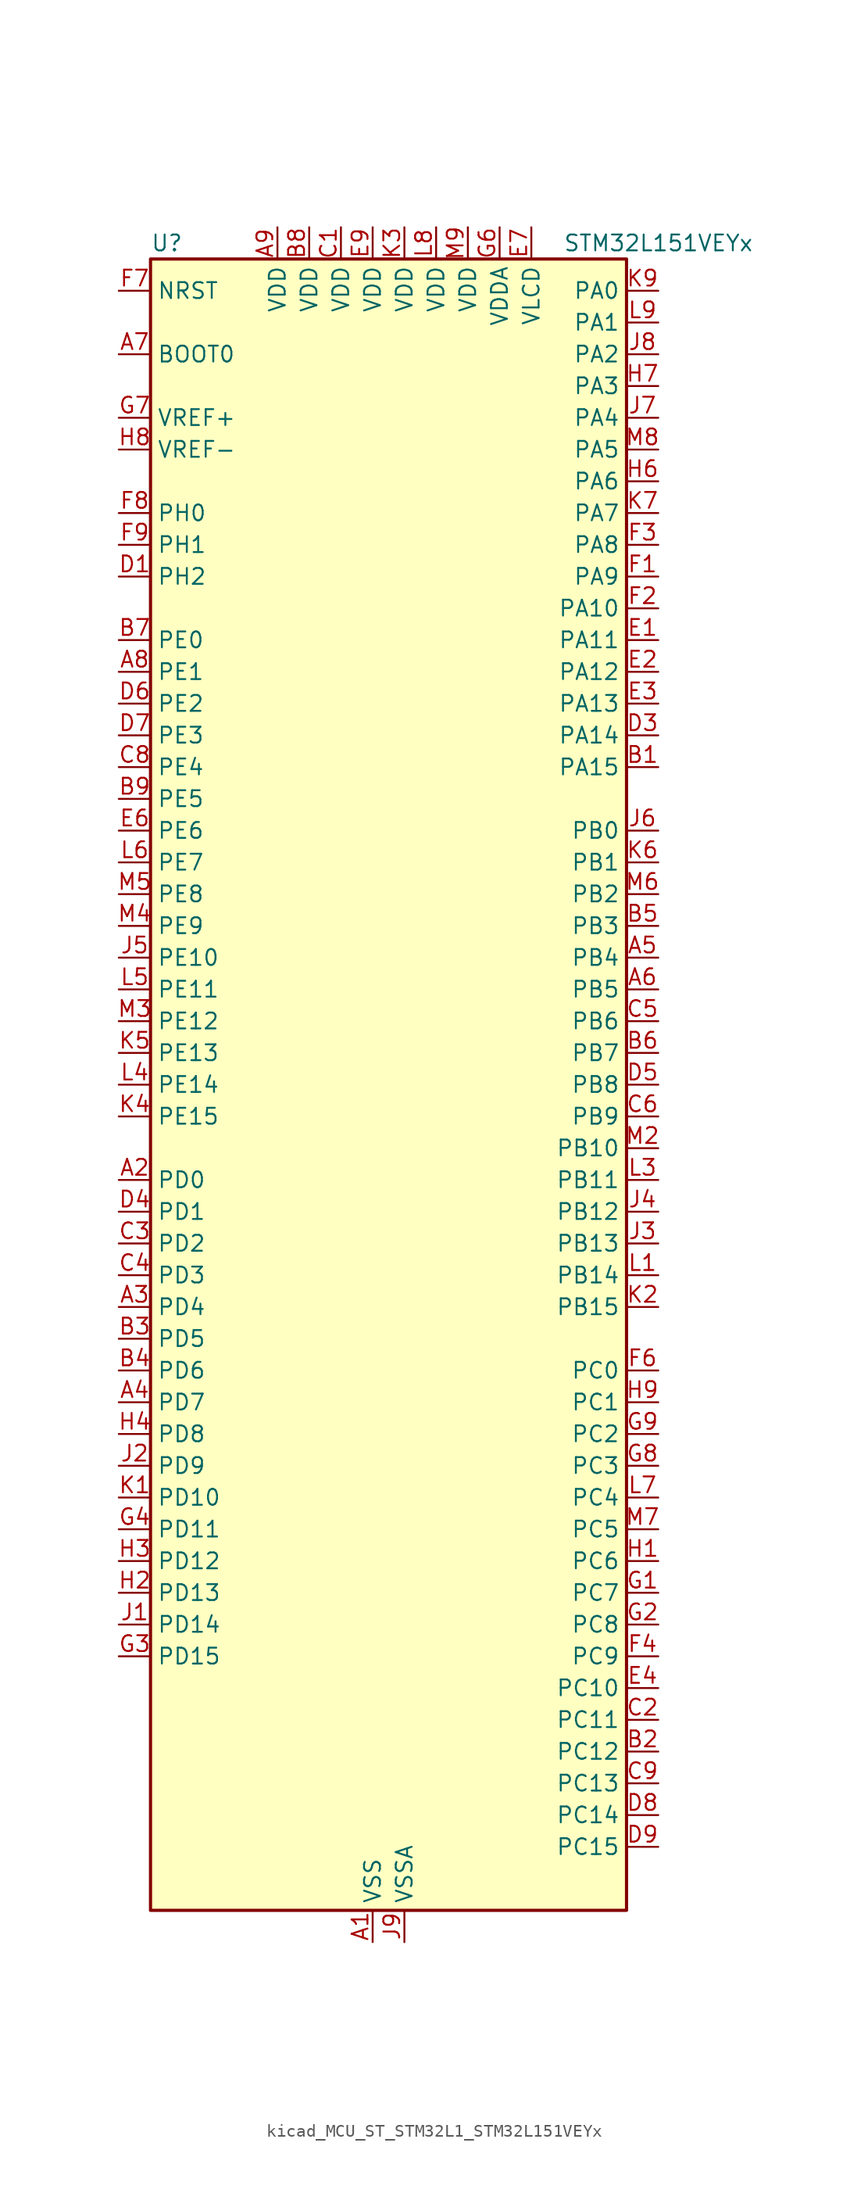
<source format=kicad_sym>
(kicad_symbol_lib
  (version 20220914)
  (generator kicad_symbol_editor)
  (symbol "kicad_MCU_ST_STM32L1_STM32L151VEYx"
    (property "Reference" "U"
      (at -17.78 67.31 0)
      (effects (font (size 1.27 1.27)) (justify left)))
    (property "Value" "STM32L151VEYx"
      (at 15.24 67.31 0)
      (effects (font (size 1.27 1.27)) (justify left)))
    (property "ki_locked" ""
      (at 0 0 0)
      (effects (font (size 1.27 1.27))))
    (symbol "kicad_MCU_ST_STM32L1_STM32L151VEYx_0_1"
      (rectangle (start -17.78 -66.04) (end 20.32 66.04) (stroke (width 0.254) (type default)) (fill (type background))))
    (symbol "kicad_MCU_ST_STM32L1_STM32L151VEYx_1_1"
      (pin power_in line (at 0 -68.58 90) (length 2.54) (name "VSS" (effects (font (size 1.27 1.27)))) (number "A1" (effects (font (size 1.27 1.27)))))
      (pin bidirectional line (at -20.32 -7.62 0) (length 2.54) (name "PD0" (effects (font (size 1.27 1.27)))) (number "A2" (effects (font (size 1.27 1.27)))) (alternate "I2S2_WS" bidirectional line) (alternate "SPI2_NSS" bidirectional line) (alternate "TIM9_CH1" bidirectional line) (alternate "TIMX_IC1" bidirectional line))
      (pin bidirectional line (at -20.32 -17.78 0) (length 2.54) (name "PD4" (effects (font (size 1.27 1.27)))) (number "A3" (effects (font (size 1.27 1.27)))) (alternate "I2S2_SD" bidirectional line) (alternate "SPI2_MOSI" bidirectional line) (alternate "TIMX_IC1" bidirectional line) (alternate "USART2_RTS" bidirectional line))
      (pin bidirectional line (at -20.32 -25.4 0) (length 2.54) (name "PD7" (effects (font (size 1.27 1.27)))) (number "A4" (effects (font (size 1.27 1.27)))) (alternate "TIM9_CH2" bidirectional line) (alternate "TIMX_IC4" bidirectional line) (alternate "USART2_CK" bidirectional line))
      (pin bidirectional line (at 22.86 10.16 180) (length 2.54) (name "PB4" (effects (font (size 1.27 1.27)))) (number "A5" (effects (font (size 1.27 1.27)))) (alternate "COMP2_INP" bidirectional line) (alternate "SPI1_MISO" bidirectional line) (alternate "SPI3_MISO" bidirectional line) (alternate "SYS_JTRST" bidirectional line) (alternate "TIM3_CH1" bidirectional line) (alternate "TS_G6_IO1" bidirectional line))
      (pin bidirectional line (at 22.86 7.62 180) (length 2.54) (name "PB5" (effects (font (size 1.27 1.27)))) (number "A6" (effects (font (size 1.27 1.27)))) (alternate "COMP2_INP" bidirectional line) (alternate "I2C1_SMBA" bidirectional line) (alternate "I2S3_SD" bidirectional line) (alternate "SPI1_MOSI" bidirectional line) (alternate "SPI3_MOSI" bidirectional line) (alternate "TIM3_CH2" bidirectional line) (alternate "TS_G6_IO2" bidirectional line))
      (pin input line (at -20.32 58.42 0) (length 2.54) (name "BOOT0" (effects (font (size 1.27 1.27)))) (number "A7" (effects (font (size 1.27 1.27)))))
      (pin bidirectional line (at -20.32 33.02 0) (length 2.54) (name "PE1" (effects (font (size 1.27 1.27)))) (number "A8" (effects (font (size 1.27 1.27)))) (alternate "TIM11_CH1" bidirectional line) (alternate "TIMX_IC2" bidirectional line))
      (pin power_in line (at -7.62 68.58 270) (length 2.54) (name "VDD" (effects (font (size 1.27 1.27)))) (number "A9" (effects (font (size 1.27 1.27)))))
      (pin bidirectional line (at 22.86 25.4 180) (length 2.54) (name "PA15" (effects (font (size 1.27 1.27)))) (number "B1" (effects (font (size 1.27 1.27)))) (alternate "ADC_EXTI15" bidirectional line) (alternate "I2S3_WS" bidirectional line) (alternate "SPI1_NSS" bidirectional line) (alternate "SPI3_NSS" bidirectional line) (alternate "SYS_JTDI" bidirectional line) (alternate "TIM2_CH1" bidirectional line) (alternate "TIM2_ETR" bidirectional line) (alternate "TIMX_IC4" bidirectional line) (alternate "TS_G5_IO3" bidirectional line))
      (pin bidirectional line (at 22.86 -53.34 180) (length 2.54) (name "PC12" (effects (font (size 1.27 1.27)))) (number "B2" (effects (font (size 1.27 1.27)))) (alternate "I2S3_SD" bidirectional line) (alternate "SPI3_MOSI" bidirectional line) (alternate "TIMX_IC1" bidirectional line) (alternate "UART5_TX" bidirectional line) (alternate "USART3_CK" bidirectional line))
      (pin bidirectional line (at -20.32 -20.32 0) (length 2.54) (name "PD5" (effects (font (size 1.27 1.27)))) (number "B3" (effects (font (size 1.27 1.27)))) (alternate "TIMX_IC2" bidirectional line) (alternate "USART2_TX" bidirectional line))
      (pin bidirectional line (at -20.32 -22.86 0) (length 2.54) (name "PD6" (effects (font (size 1.27 1.27)))) (number "B4" (effects (font (size 1.27 1.27)))) (alternate "TIMX_IC3" bidirectional line) (alternate "USART2_RX" bidirectional line))
      (pin bidirectional line (at 22.86 12.7 180) (length 2.54) (name "PB3" (effects (font (size 1.27 1.27)))) (number "B5" (effects (font (size 1.27 1.27)))) (alternate "COMP2_INM" bidirectional line) (alternate "I2S3_CK" bidirectional line) (alternate "SPI1_SCK" bidirectional line) (alternate "SPI3_SCK" bidirectional line) (alternate "SYS_JTDO-TRACESWO" bidirectional line) (alternate "TIM2_CH2" bidirectional line))
      (pin bidirectional line (at 22.86 2.54 180) (length 2.54) (name "PB7" (effects (font (size 1.27 1.27)))) (number "B6" (effects (font (size 1.27 1.27)))) (alternate "COMP2_INP" bidirectional line) (alternate "I2C1_SDA" bidirectional line) (alternate "SYS_PVD_IN" bidirectional line) (alternate "TIM4_CH2" bidirectional line) (alternate "TS_G6_IO4" bidirectional line) (alternate "USART1_RX" bidirectional line))
      (pin bidirectional line (at -20.32 35.56 0) (length 2.54) (name "PE0" (effects (font (size 1.27 1.27)))) (number "B7" (effects (font (size 1.27 1.27)))) (alternate "TIM10_CH1" bidirectional line) (alternate "TIM4_ETR" bidirectional line) (alternate "TIMX_IC1" bidirectional line))
      (pin power_in line (at -5.08 68.58 270) (length 2.54) (name "VDD" (effects (font (size 1.27 1.27)))) (number "B8" (effects (font (size 1.27 1.27)))))
      (pin bidirectional line (at -20.32 22.86 0) (length 2.54) (name "PE5" (effects (font (size 1.27 1.27)))) (number "B9" (effects (font (size 1.27 1.27)))) (alternate "SYS_TRACED2" bidirectional line) (alternate "TIM9_CH1" bidirectional line) (alternate "TIMX_IC2" bidirectional line))
      (pin power_in line (at -2.54 68.58 270) (length 2.54) (name "VDD" (effects (font (size 1.27 1.27)))) (number "C1" (effects (font (size 1.27 1.27)))))
      (pin bidirectional line (at 22.86 -50.8 180) (length 2.54) (name "PC11" (effects (font (size 1.27 1.27)))) (number "C2" (effects (font (size 1.27 1.27)))) (alternate "ADC_EXTI11" bidirectional line) (alternate "SPI3_MISO" bidirectional line) (alternate "TIMX_IC4" bidirectional line) (alternate "UART4_RX" bidirectional line) (alternate "USART3_RX" bidirectional line))
      (pin bidirectional line (at -20.32 -12.7 0) (length 2.54) (name "PD2" (effects (font (size 1.27 1.27)))) (number "C3" (effects (font (size 1.27 1.27)))) (alternate "TIM3_ETR" bidirectional line) (alternate "TIMX_IC3" bidirectional line) (alternate "UART5_RX" bidirectional line))
      (pin bidirectional line (at -20.32 -15.24 0) (length 2.54) (name "PD3" (effects (font (size 1.27 1.27)))) (number "C4" (effects (font (size 1.27 1.27)))) (alternate "SPI2_MISO" bidirectional line) (alternate "TIMX_IC4" bidirectional line) (alternate "USART2_CTS" bidirectional line))
      (pin bidirectional line (at 22.86 5.08 180) (length 2.54) (name "PB6" (effects (font (size 1.27 1.27)))) (number "C5" (effects (font (size 1.27 1.27)))) (alternate "COMP2_INP" bidirectional line) (alternate "I2C1_SCL" bidirectional line) (alternate "TIM4_CH1" bidirectional line) (alternate "TS_G6_IO3" bidirectional line) (alternate "USART1_TX" bidirectional line))
      (pin bidirectional line (at 22.86 -2.54 180) (length 2.54) (name "PB9" (effects (font (size 1.27 1.27)))) (number "C6" (effects (font (size 1.27 1.27)))) (alternate "DAC_EXTI9" bidirectional line) (alternate "I2C1_SDA" bidirectional line) (alternate "TIM11_CH1" bidirectional line) (alternate "TIM4_CH4" bidirectional line))
      (pin passive line (at 0 -68.58 90) (length 2.54) hide (name "VSS" (effects (font (size 1.27 1.27)))) (number "C7" (effects (font (size 1.27 1.27)))))
      (pin bidirectional line (at -20.32 25.4 0) (length 2.54) (name "PE4" (effects (font (size 1.27 1.27)))) (number "C8" (effects (font (size 1.27 1.27)))) (alternate "SYS_TRACED1" bidirectional line) (alternate "TIM3_CH2" bidirectional line) (alternate "TIMX_IC1" bidirectional line))
      (pin bidirectional line (at 22.86 -55.88 180) (length 2.54) (name "PC13" (effects (font (size 1.27 1.27)))) (number "C9" (effects (font (size 1.27 1.27)))) (alternate "RTC_OUT_ALARM" bidirectional line) (alternate "RTC_OUT_CALIB" bidirectional line) (alternate "RTC_TAMP1" bidirectional line) (alternate "RTC_TS" bidirectional line) (alternate "SYS_WKUP2" bidirectional line) (alternate "TIMX_IC2" bidirectional line))
      (pin bidirectional line (at -20.32 40.64 0) (length 2.54) (name "PH2" (effects (font (size 1.27 1.27)))) (number "D1" (effects (font (size 1.27 1.27)))))
      (pin passive line (at 0 -68.58 90) (length 2.54) hide (name "VSS" (effects (font (size 1.27 1.27)))) (number "D2" (effects (font (size 1.27 1.27)))))
      (pin bidirectional line (at 22.86 27.94 180) (length 2.54) (name "PA14" (effects (font (size 1.27 1.27)))) (number "D3" (effects (font (size 1.27 1.27)))) (alternate "SYS_JTCK-SWCLK" bidirectional line) (alternate "TIMX_IC3" bidirectional line) (alternate "TS_G5_IO2" bidirectional line))
      (pin bidirectional line (at -20.32 -10.16 0) (length 2.54) (name "PD1" (effects (font (size 1.27 1.27)))) (number "D4" (effects (font (size 1.27 1.27)))) (alternate "I2S2_CK" bidirectional line) (alternate "SPI2_SCK" bidirectional line) (alternate "TIMX_IC2" bidirectional line))
      (pin bidirectional line (at 22.86 0 180) (length 2.54) (name "PB8" (effects (font (size 1.27 1.27)))) (number "D5" (effects (font (size 1.27 1.27)))) (alternate "I2C1_SCL" bidirectional line) (alternate "TIM10_CH1" bidirectional line) (alternate "TIM4_CH3" bidirectional line))
      (pin bidirectional line (at -20.32 30.48 0) (length 2.54) (name "PE2" (effects (font (size 1.27 1.27)))) (number "D6" (effects (font (size 1.27 1.27)))) (alternate "SYS_TRACECK" bidirectional line) (alternate "TIM3_ETR" bidirectional line) (alternate "TIMX_IC3" bidirectional line))
      (pin bidirectional line (at -20.32 27.94 0) (length 2.54) (name "PE3" (effects (font (size 1.27 1.27)))) (number "D7" (effects (font (size 1.27 1.27)))) (alternate "SYS_TRACED0" bidirectional line) (alternate "TIM3_CH1" bidirectional line) (alternate "TIMX_IC4" bidirectional line))
      (pin bidirectional line (at 22.86 -58.42 180) (length 2.54) (name "PC14" (effects (font (size 1.27 1.27)))) (number "D8" (effects (font (size 1.27 1.27)))) (alternate "RCC_OSC32_IN" bidirectional line) (alternate "TIMX_IC3" bidirectional line))
      (pin bidirectional line (at 22.86 -60.96 180) (length 2.54) (name "PC15" (effects (font (size 1.27 1.27)))) (number "D9" (effects (font (size 1.27 1.27)))) (alternate "ADC_EXTI15" bidirectional line) (alternate "RCC_OSC32_OUT" bidirectional line) (alternate "TIMX_IC4" bidirectional line))
      (pin bidirectional line (at 22.86 35.56 180) (length 2.54) (name "PA11" (effects (font (size 1.27 1.27)))) (number "E1" (effects (font (size 1.27 1.27)))) (alternate "ADC_EXTI11" bidirectional line) (alternate "SPI1_MISO" bidirectional line) (alternate "TIMX_IC4" bidirectional line) (alternate "USART1_CTS" bidirectional line) (alternate "USB_DM" bidirectional line))
      (pin bidirectional line (at 22.86 33.02 180) (length 2.54) (name "PA12" (effects (font (size 1.27 1.27)))) (number "E2" (effects (font (size 1.27 1.27)))) (alternate "SPI1_MOSI" bidirectional line) (alternate "TIMX_IC1" bidirectional line) (alternate "USART1_RTS" bidirectional line) (alternate "USB_DP" bidirectional line))
      (pin bidirectional line (at 22.86 30.48 180) (length 2.54) (name "PA13" (effects (font (size 1.27 1.27)))) (number "E3" (effects (font (size 1.27 1.27)))) (alternate "SYS_JTMS-SWDIO" bidirectional line) (alternate "TIMX_IC2" bidirectional line) (alternate "TS_G5_IO1" bidirectional line))
      (pin bidirectional line (at 22.86 -48.26 180) (length 2.54) (name "PC10" (effects (font (size 1.27 1.27)))) (number "E4" (effects (font (size 1.27 1.27)))) (alternate "I2S3_CK" bidirectional line) (alternate "SPI3_SCK" bidirectional line) (alternate "TIMX_IC3" bidirectional line) (alternate "UART4_TX" bidirectional line) (alternate "USART3_TX" bidirectional line))
      (pin bidirectional line (at -20.32 20.32 0) (length 2.54) (name "PE6" (effects (font (size 1.27 1.27)))) (number "E6" (effects (font (size 1.27 1.27)))) (alternate "RTC_TAMP3" bidirectional line) (alternate "SYS_TRACED3" bidirectional line) (alternate "SYS_WKUP3" bidirectional line) (alternate "TIM9_CH2" bidirectional line) (alternate "TIMX_IC3" bidirectional line))
      (pin power_in line (at 12.7 68.58 270) (length 2.54) (name "VLCD" (effects (font (size 1.27 1.27)))) (number "E7" (effects (font (size 1.27 1.27)))))
      (pin passive line (at 0 -68.58 90) (length 2.54) hide (name "VSS" (effects (font (size 1.27 1.27)))) (number "E8" (effects (font (size 1.27 1.27)))))
      (pin power_in line (at 0 68.58 270) (length 2.54) (name "VDD" (effects (font (size 1.27 1.27)))) (number "E9" (effects (font (size 1.27 1.27)))))
      (pin bidirectional line (at 22.86 40.64 180) (length 2.54) (name "PA9" (effects (font (size 1.27 1.27)))) (number "F1" (effects (font (size 1.27 1.27)))) (alternate "DAC_EXTI9" bidirectional line) (alternate "TIMX_IC2" bidirectional line) (alternate "TS_G4_IO2" bidirectional line) (alternate "USART1_TX" bidirectional line))
      (pin bidirectional line (at 22.86 38.1 180) (length 2.54) (name "PA10" (effects (font (size 1.27 1.27)))) (number "F2" (effects (font (size 1.27 1.27)))) (alternate "TIMX_IC3" bidirectional line) (alternate "TS_G4_IO3" bidirectional line) (alternate "USART1_RX" bidirectional line))
      (pin bidirectional line (at 22.86 43.18 180) (length 2.54) (name "PA8" (effects (font (size 1.27 1.27)))) (number "F3" (effects (font (size 1.27 1.27)))) (alternate "RCC_MCO" bidirectional line) (alternate "TIMX_IC1" bidirectional line) (alternate "TS_G4_IO1" bidirectional line) (alternate "USART1_CK" bidirectional line))
      (pin bidirectional line (at 22.86 -45.72 180) (length 2.54) (name "PC9" (effects (font (size 1.27 1.27)))) (number "F4" (effects (font (size 1.27 1.27)))) (alternate "DAC_EXTI9" bidirectional line) (alternate "TIM3_CH4" bidirectional line) (alternate "TIMX_IC2" bidirectional line) (alternate "TS_G10_IO4" bidirectional line))
      (pin bidirectional line (at 22.86 -22.86 180) (length 2.54) (name "PC0" (effects (font (size 1.27 1.27)))) (number "F6" (effects (font (size 1.27 1.27)))) (alternate "ADC_IN10" bidirectional line) (alternate "COMP1_INP" bidirectional line) (alternate "TIMX_IC1" bidirectional line) (alternate "TS_G8_IO1" bidirectional line))
      (pin input line (at -20.32 63.5 0) (length 2.54) (name "NRST" (effects (font (size 1.27 1.27)))) (number "F7" (effects (font (size 1.27 1.27)))))
      (pin bidirectional line (at -20.32 45.72 0) (length 2.54) (name "PH0" (effects (font (size 1.27 1.27)))) (number "F8" (effects (font (size 1.27 1.27)))) (alternate "RCC_OSC_IN" bidirectional line))
      (pin bidirectional line (at -20.32 43.18 0) (length 2.54) (name "PH1" (effects (font (size 1.27 1.27)))) (number "F9" (effects (font (size 1.27 1.27)))) (alternate "RCC_OSC_OUT" bidirectional line))
      (pin bidirectional line (at 22.86 -40.64 180) (length 2.54) (name "PC7" (effects (font (size 1.27 1.27)))) (number "G1" (effects (font (size 1.27 1.27)))) (alternate "I2S3_MCK" bidirectional line) (alternate "TIM3_CH2" bidirectional line) (alternate "TIMX_IC4" bidirectional line) (alternate "TS_G10_IO2" bidirectional line))
      (pin bidirectional line (at 22.86 -43.18 180) (length 2.54) (name "PC8" (effects (font (size 1.27 1.27)))) (number "G2" (effects (font (size 1.27 1.27)))) (alternate "TIM3_CH3" bidirectional line) (alternate "TIMX_IC1" bidirectional line) (alternate "TS_G10_IO3" bidirectional line))
      (pin bidirectional line (at -20.32 -45.72 0) (length 2.54) (name "PD15" (effects (font (size 1.27 1.27)))) (number "G3" (effects (font (size 1.27 1.27)))) (alternate "ADC_EXTI15" bidirectional line) (alternate "TIM4_CH4" bidirectional line) (alternate "TIMX_IC4" bidirectional line))
      (pin bidirectional line (at -20.32 -35.56 0) (length 2.54) (name "PD11" (effects (font (size 1.27 1.27)))) (number "G4" (effects (font (size 1.27 1.27)))) (alternate "ADC_EXTI11" bidirectional line) (alternate "TIMX_IC4" bidirectional line) (alternate "USART3_CTS" bidirectional line))
      (pin power_in line (at 10.16 68.58 270) (length 2.54) (name "VDDA" (effects (font (size 1.27 1.27)))) (number "G6" (effects (font (size 1.27 1.27)))))
      (pin input line (at -20.32 53.34 0) (length 2.54) (name "VREF+" (effects (font (size 1.27 1.27)))) (number "G7" (effects (font (size 1.27 1.27)))))
      (pin bidirectional line (at 22.86 -30.48 180) (length 2.54) (name "PC3" (effects (font (size 1.27 1.27)))) (number "G8" (effects (font (size 1.27 1.27)))) (alternate "ADC_IN13" bidirectional line) (alternate "COMP1_INP" bidirectional line) (alternate "TIMX_IC4" bidirectional line) (alternate "TS_G8_IO4" bidirectional line))
      (pin bidirectional line (at 22.86 -27.94 180) (length 2.54) (name "PC2" (effects (font (size 1.27 1.27)))) (number "G9" (effects (font (size 1.27 1.27)))) (alternate "ADC_IN12" bidirectional line) (alternate "COMP1_INP" bidirectional line) (alternate "TIMX_IC3" bidirectional line) (alternate "TS_G8_IO3" bidirectional line))
      (pin bidirectional line (at 22.86 -38.1 180) (length 2.54) (name "PC6" (effects (font (size 1.27 1.27)))) (number "H1" (effects (font (size 1.27 1.27)))) (alternate "I2S2_MCK" bidirectional line) (alternate "TIM3_CH1" bidirectional line) (alternate "TIMX_IC3" bidirectional line) (alternate "TS_G10_IO1" bidirectional line))
      (pin bidirectional line (at -20.32 -40.64 0) (length 2.54) (name "PD13" (effects (font (size 1.27 1.27)))) (number "H2" (effects (font (size 1.27 1.27)))) (alternate "TIM4_CH2" bidirectional line) (alternate "TIMX_IC2" bidirectional line))
      (pin bidirectional line (at -20.32 -38.1 0) (length 2.54) (name "PD12" (effects (font (size 1.27 1.27)))) (number "H3" (effects (font (size 1.27 1.27)))) (alternate "TIM4_CH1" bidirectional line) (alternate "TIMX_IC1" bidirectional line) (alternate "USART3_RTS" bidirectional line))
      (pin bidirectional line (at -20.32 -27.94 0) (length 2.54) (name "PD8" (effects (font (size 1.27 1.27)))) (number "H4" (effects (font (size 1.27 1.27)))) (alternate "TIMX_IC1" bidirectional line) (alternate "USART3_TX" bidirectional line))
      (pin bidirectional line (at 22.86 48.26 180) (length 2.54) (name "PA6" (effects (font (size 1.27 1.27)))) (number "H6" (effects (font (size 1.27 1.27)))) (alternate "ADC_IN6" bidirectional line) (alternate "COMP1_INP" bidirectional line) (alternate "OPAMP2_VINP" bidirectional line) (alternate "SPI1_MISO" bidirectional line) (alternate "TIM10_CH1" bidirectional line) (alternate "TIM3_CH1" bidirectional line) (alternate "TIMX_IC3" bidirectional line) (alternate "TS_G2_IO1" bidirectional line))
      (pin bidirectional line (at 22.86 55.88 180) (length 2.54) (name "PA3" (effects (font (size 1.27 1.27)))) (number "H7" (effects (font (size 1.27 1.27)))) (alternate "ADC_IN3" bidirectional line) (alternate "COMP1_INP" bidirectional line) (alternate "OPAMP1_VOUT" bidirectional line) (alternate "TIM2_CH4" bidirectional line) (alternate "TIM5_CH4" bidirectional line) (alternate "TIM9_CH2" bidirectional line) (alternate "TIMX_IC4" bidirectional line) (alternate "TS_G1_IO4" bidirectional line) (alternate "USART2_RX" bidirectional line))
      (pin input line (at -20.32 50.8 0) (length 2.54) (name "VREF-" (effects (font (size 1.27 1.27)))) (number "H8" (effects (font (size 1.27 1.27)))))
      (pin bidirectional line (at 22.86 -25.4 180) (length 2.54) (name "PC1" (effects (font (size 1.27 1.27)))) (number "H9" (effects (font (size 1.27 1.27)))) (alternate "ADC_IN11" bidirectional line) (alternate "COMP1_INP" bidirectional line) (alternate "TIMX_IC2" bidirectional line) (alternate "TS_G8_IO2" bidirectional line))
      (pin bidirectional line (at -20.32 -43.18 0) (length 2.54) (name "PD14" (effects (font (size 1.27 1.27)))) (number "J1" (effects (font (size 1.27 1.27)))) (alternate "TIM4_CH3" bidirectional line) (alternate "TIMX_IC3" bidirectional line))
      (pin bidirectional line (at -20.32 -30.48 0) (length 2.54) (name "PD9" (effects (font (size 1.27 1.27)))) (number "J2" (effects (font (size 1.27 1.27)))) (alternate "DAC_EXTI9" bidirectional line) (alternate "TIMX_IC2" bidirectional line) (alternate "USART3_RX" bidirectional line))
      (pin bidirectional line (at 22.86 -12.7 180) (length 2.54) (name "PB13" (effects (font (size 1.27 1.27)))) (number "J3" (effects (font (size 1.27 1.27)))) (alternate "ADC_IN19" bidirectional line) (alternate "COMP1_INP" bidirectional line) (alternate "I2S2_CK" bidirectional line) (alternate "SPI2_SCK" bidirectional line) (alternate "TIM9_CH1" bidirectional line) (alternate "TS_G7_IO2" bidirectional line) (alternate "USART3_CTS" bidirectional line))
      (pin bidirectional line (at 22.86 -10.16 180) (length 2.54) (name "PB12" (effects (font (size 1.27 1.27)))) (number "J4" (effects (font (size 1.27 1.27)))) (alternate "ADC_IN18" bidirectional line) (alternate "COMP1_INP" bidirectional line) (alternate "I2C2_SMBA" bidirectional line) (alternate "I2S2_WS" bidirectional line) (alternate "SPI2_NSS" bidirectional line) (alternate "TIM10_CH1" bidirectional line) (alternate "TS_G7_IO1" bidirectional line) (alternate "USART3_CK" bidirectional line))
      (pin bidirectional line (at -20.32 10.16 0) (length 2.54) (name "PE10" (effects (font (size 1.27 1.27)))) (number "J5" (effects (font (size 1.27 1.27)))) (alternate "ADC_IN25" bidirectional line) (alternate "COMP1_INP" bidirectional line) (alternate "TIM2_CH2" bidirectional line) (alternate "TIMX_IC3" bidirectional line))
      (pin bidirectional line (at 22.86 20.32 180) (length 2.54) (name "PB0" (effects (font (size 1.27 1.27)))) (number "J6" (effects (font (size 1.27 1.27)))) (alternate "ADC_IN8" bidirectional line) (alternate "COMP1_INP" bidirectional line) (alternate "OPAMP2_VOUT" bidirectional line) (alternate "SYS_V_REF_OUT" bidirectional line) (alternate "TIM3_CH3" bidirectional line) (alternate "TS_G3_IO1" bidirectional line))
      (pin bidirectional line (at 22.86 53.34 180) (length 2.54) (name "PA4" (effects (font (size 1.27 1.27)))) (number "J7" (effects (font (size 1.27 1.27)))) (alternate "ADC_IN4" bidirectional line) (alternate "COMP1_INP" bidirectional line) (alternate "DAC_OUT1" bidirectional line) (alternate "I2S3_WS" bidirectional line) (alternate "SPI1_NSS" bidirectional line) (alternate "SPI3_NSS" bidirectional line) (alternate "TIMX_IC1" bidirectional line) (alternate "USART2_CK" bidirectional line))
      (pin bidirectional line (at 22.86 58.42 180) (length 2.54) (name "PA2" (effects (font (size 1.27 1.27)))) (number "J8" (effects (font (size 1.27 1.27)))) (alternate "ADC_IN2" bidirectional line) (alternate "COMP1_INP" bidirectional line) (alternate "OPAMP1_VINM" bidirectional line) (alternate "TIM2_CH3" bidirectional line) (alternate "TIM5_CH3" bidirectional line) (alternate "TIM9_CH1" bidirectional line) (alternate "TIMX_IC3" bidirectional line) (alternate "TS_G1_IO3" bidirectional line) (alternate "USART2_TX" bidirectional line))
      (pin power_in line (at 2.54 -68.58 90) (length 2.54) (name "VSSA" (effects (font (size 1.27 1.27)))) (number "J9" (effects (font (size 1.27 1.27)))))
      (pin bidirectional line (at -20.32 -33.02 0) (length 2.54) (name "PD10" (effects (font (size 1.27 1.27)))) (number "K1" (effects (font (size 1.27 1.27)))) (alternate "TIMX_IC3" bidirectional line) (alternate "USART3_CK" bidirectional line))
      (pin bidirectional line (at 22.86 -17.78 180) (length 2.54) (name "PB15" (effects (font (size 1.27 1.27)))) (number "K2" (effects (font (size 1.27 1.27)))) (alternate "ADC_EXTI15" bidirectional line) (alternate "ADC_IN21" bidirectional line) (alternate "COMP1_INP" bidirectional line) (alternate "I2S2_SD" bidirectional line) (alternate "RTC_REFIN" bidirectional line) (alternate "SPI2_MOSI" bidirectional line) (alternate "TIM11_CH1" bidirectional line) (alternate "TS_G7_IO4" bidirectional line))
      (pin power_in line (at 2.54 68.58 270) (length 2.54) (name "VDD" (effects (font (size 1.27 1.27)))) (number "K3" (effects (font (size 1.27 1.27)))))
      (pin bidirectional line (at -20.32 -2.54 0) (length 2.54) (name "PE15" (effects (font (size 1.27 1.27)))) (number "K4" (effects (font (size 1.27 1.27)))) (alternate "ADC_EXTI15" bidirectional line) (alternate "SPI1_MOSI" bidirectional line) (alternate "TIMX_IC4" bidirectional line))
      (pin bidirectional line (at -20.32 2.54 0) (length 2.54) (name "PE13" (effects (font (size 1.27 1.27)))) (number "K5" (effects (font (size 1.27 1.27)))) (alternate "SPI1_SCK" bidirectional line) (alternate "TIMX_IC2" bidirectional line))
      (pin bidirectional line (at 22.86 17.78 180) (length 2.54) (name "PB1" (effects (font (size 1.27 1.27)))) (number "K6" (effects (font (size 1.27 1.27)))) (alternate "ADC_IN9" bidirectional line) (alternate "COMP1_INP" bidirectional line) (alternate "SYS_V_REF_OUT" bidirectional line) (alternate "TIM3_CH4" bidirectional line) (alternate "TS_G3_IO2" bidirectional line))
      (pin bidirectional line (at 22.86 45.72 180) (length 2.54) (name "PA7" (effects (font (size 1.27 1.27)))) (number "K7" (effects (font (size 1.27 1.27)))) (alternate "ADC_IN7" bidirectional line) (alternate "COMP1_INP" bidirectional line) (alternate "OPAMP2_VINM" bidirectional line) (alternate "SPI1_MOSI" bidirectional line) (alternate "TIM11_CH1" bidirectional line) (alternate "TIM3_CH2" bidirectional line) (alternate "TIMX_IC4" bidirectional line) (alternate "TS_G2_IO2" bidirectional line))
      (pin passive line (at 0 -68.58 90) (length 2.54) hide (name "VSS" (effects (font (size 1.27 1.27)))) (number "K8" (effects (font (size 1.27 1.27)))))
      (pin bidirectional line (at 22.86 63.5 180) (length 2.54) (name "PA0" (effects (font (size 1.27 1.27)))) (number "K9" (effects (font (size 1.27 1.27)))) (alternate "ADC_IN0" bidirectional line) (alternate "COMP1_INP" bidirectional line) (alternate "RTC_TAMP2" bidirectional line) (alternate "SYS_WKUP1" bidirectional line) (alternate "TIM2_CH1" bidirectional line) (alternate "TIM2_ETR" bidirectional line) (alternate "TIM5_CH1" bidirectional line) (alternate "TIMX_IC1" bidirectional line) (alternate "TS_G1_IO1" bidirectional line) (alternate "USART2_CTS" bidirectional line))
      (pin bidirectional line (at 22.86 -15.24 180) (length 2.54) (name "PB14" (effects (font (size 1.27 1.27)))) (number "L1" (effects (font (size 1.27 1.27)))) (alternate "ADC_IN20" bidirectional line) (alternate "COMP1_INP" bidirectional line) (alternate "SPI2_MISO" bidirectional line) (alternate "TIM9_CH2" bidirectional line) (alternate "TS_G7_IO3" bidirectional line) (alternate "USART3_RTS" bidirectional line))
      (pin passive line (at 0 -68.58 90) (length 2.54) hide (name "VSS" (effects (font (size 1.27 1.27)))) (number "L2" (effects (font (size 1.27 1.27)))))
      (pin bidirectional line (at 22.86 -7.62 180) (length 2.54) (name "PB11" (effects (font (size 1.27 1.27)))) (number "L3" (effects (font (size 1.27 1.27)))) (alternate "ADC_EXTI11" bidirectional line) (alternate "I2C2_SDA" bidirectional line) (alternate "TIM2_CH4" bidirectional line) (alternate "USART3_RX" bidirectional line))
      (pin bidirectional line (at -20.32 0 0) (length 2.54) (name "PE14" (effects (font (size 1.27 1.27)))) (number "L4" (effects (font (size 1.27 1.27)))) (alternate "SPI1_MISO" bidirectional line) (alternate "TIMX_IC3" bidirectional line))
      (pin bidirectional line (at -20.32 7.62 0) (length 2.54) (name "PE11" (effects (font (size 1.27 1.27)))) (number "L5" (effects (font (size 1.27 1.27)))) (alternate "ADC_EXTI11" bidirectional line) (alternate "TIM2_CH3" bidirectional line) (alternate "TIMX_IC4" bidirectional line))
      (pin bidirectional line (at -20.32 17.78 0) (length 2.54) (name "PE7" (effects (font (size 1.27 1.27)))) (number "L6" (effects (font (size 1.27 1.27)))) (alternate "ADC_IN22" bidirectional line) (alternate "COMP1_INP" bidirectional line) (alternate "TIMX_IC4" bidirectional line))
      (pin bidirectional line (at 22.86 -33.02 180) (length 2.54) (name "PC4" (effects (font (size 1.27 1.27)))) (number "L7" (effects (font (size 1.27 1.27)))) (alternate "ADC_IN14" bidirectional line) (alternate "COMP1_INP" bidirectional line) (alternate "TIMX_IC1" bidirectional line) (alternate "TS_G9_IO1" bidirectional line))
      (pin power_in line (at 5.08 68.58 270) (length 2.54) (name "VDD" (effects (font (size 1.27 1.27)))) (number "L8" (effects (font (size 1.27 1.27)))))
      (pin bidirectional line (at 22.86 60.96 180) (length 2.54) (name "PA1" (effects (font (size 1.27 1.27)))) (number "L9" (effects (font (size 1.27 1.27)))) (alternate "ADC_IN1" bidirectional line) (alternate "COMP1_INP" bidirectional line) (alternate "OPAMP1_VINP" bidirectional line) (alternate "TIM2_CH2" bidirectional line) (alternate "TIM5_CH2" bidirectional line) (alternate "TIMX_IC2" bidirectional line) (alternate "TS_G1_IO2" bidirectional line) (alternate "USART2_RTS" bidirectional line))
      (pin passive line (at 0 -68.58 90) (length 2.54) hide (name "VSS" (effects (font (size 1.27 1.27)))) (number "M1" (effects (font (size 1.27 1.27)))))
      (pin bidirectional line (at 22.86 -5.08 180) (length 2.54) (name "PB10" (effects (font (size 1.27 1.27)))) (number "M2" (effects (font (size 1.27 1.27)))) (alternate "I2C2_SCL" bidirectional line) (alternate "TIM2_CH3" bidirectional line) (alternate "USART3_TX" bidirectional line))
      (pin bidirectional line (at -20.32 5.08 0) (length 2.54) (name "PE12" (effects (font (size 1.27 1.27)))) (number "M3" (effects (font (size 1.27 1.27)))) (alternate "SPI1_NSS" bidirectional line) (alternate "TIM2_CH4" bidirectional line) (alternate "TIMX_IC1" bidirectional line))
      (pin bidirectional line (at -20.32 12.7 0) (length 2.54) (name "PE9" (effects (font (size 1.27 1.27)))) (number "M4" (effects (font (size 1.27 1.27)))) (alternate "ADC_IN24" bidirectional line) (alternate "COMP1_INP" bidirectional line) (alternate "DAC_EXTI9" bidirectional line) (alternate "TIM2_CH1" bidirectional line) (alternate "TIM2_ETR" bidirectional line) (alternate "TIMX_IC2" bidirectional line))
      (pin bidirectional line (at -20.32 15.24 0) (length 2.54) (name "PE8" (effects (font (size 1.27 1.27)))) (number "M5" (effects (font (size 1.27 1.27)))) (alternate "ADC_IN23" bidirectional line) (alternate "COMP1_INP" bidirectional line) (alternate "TIMX_IC1" bidirectional line))
      (pin bidirectional line (at 22.86 15.24 180) (length 2.54) (name "PB2" (effects (font (size 1.27 1.27)))) (number "M6" (effects (font (size 1.27 1.27)))) (alternate "ADC_IN0b" bidirectional line) (alternate "TS_G3_IO3" bidirectional line))
      (pin bidirectional line (at 22.86 -35.56 180) (length 2.54) (name "PC5" (effects (font (size 1.27 1.27)))) (number "M7" (effects (font (size 1.27 1.27)))) (alternate "ADC_IN15" bidirectional line) (alternate "COMP1_INP" bidirectional line) (alternate "TIMX_IC2" bidirectional line) (alternate "TS_G9_IO2" bidirectional line))
      (pin bidirectional line (at 22.86 50.8 180) (length 2.54) (name "PA5" (effects (font (size 1.27 1.27)))) (number "M8" (effects (font (size 1.27 1.27)))) (alternate "ADC_IN5" bidirectional line) (alternate "COMP1_INP" bidirectional line) (alternate "DAC_OUT2" bidirectional line) (alternate "SPI1_SCK" bidirectional line) (alternate "TIM2_CH1" bidirectional line) (alternate "TIM2_ETR" bidirectional line) (alternate "TIMX_IC2" bidirectional line))
      (pin power_in line (at 7.62 68.58 270) (length 2.54) (name "VDD" (effects (font (size 1.27 1.27)))) (number "M9" (effects (font (size 1.27 1.27))))))))
</source>
